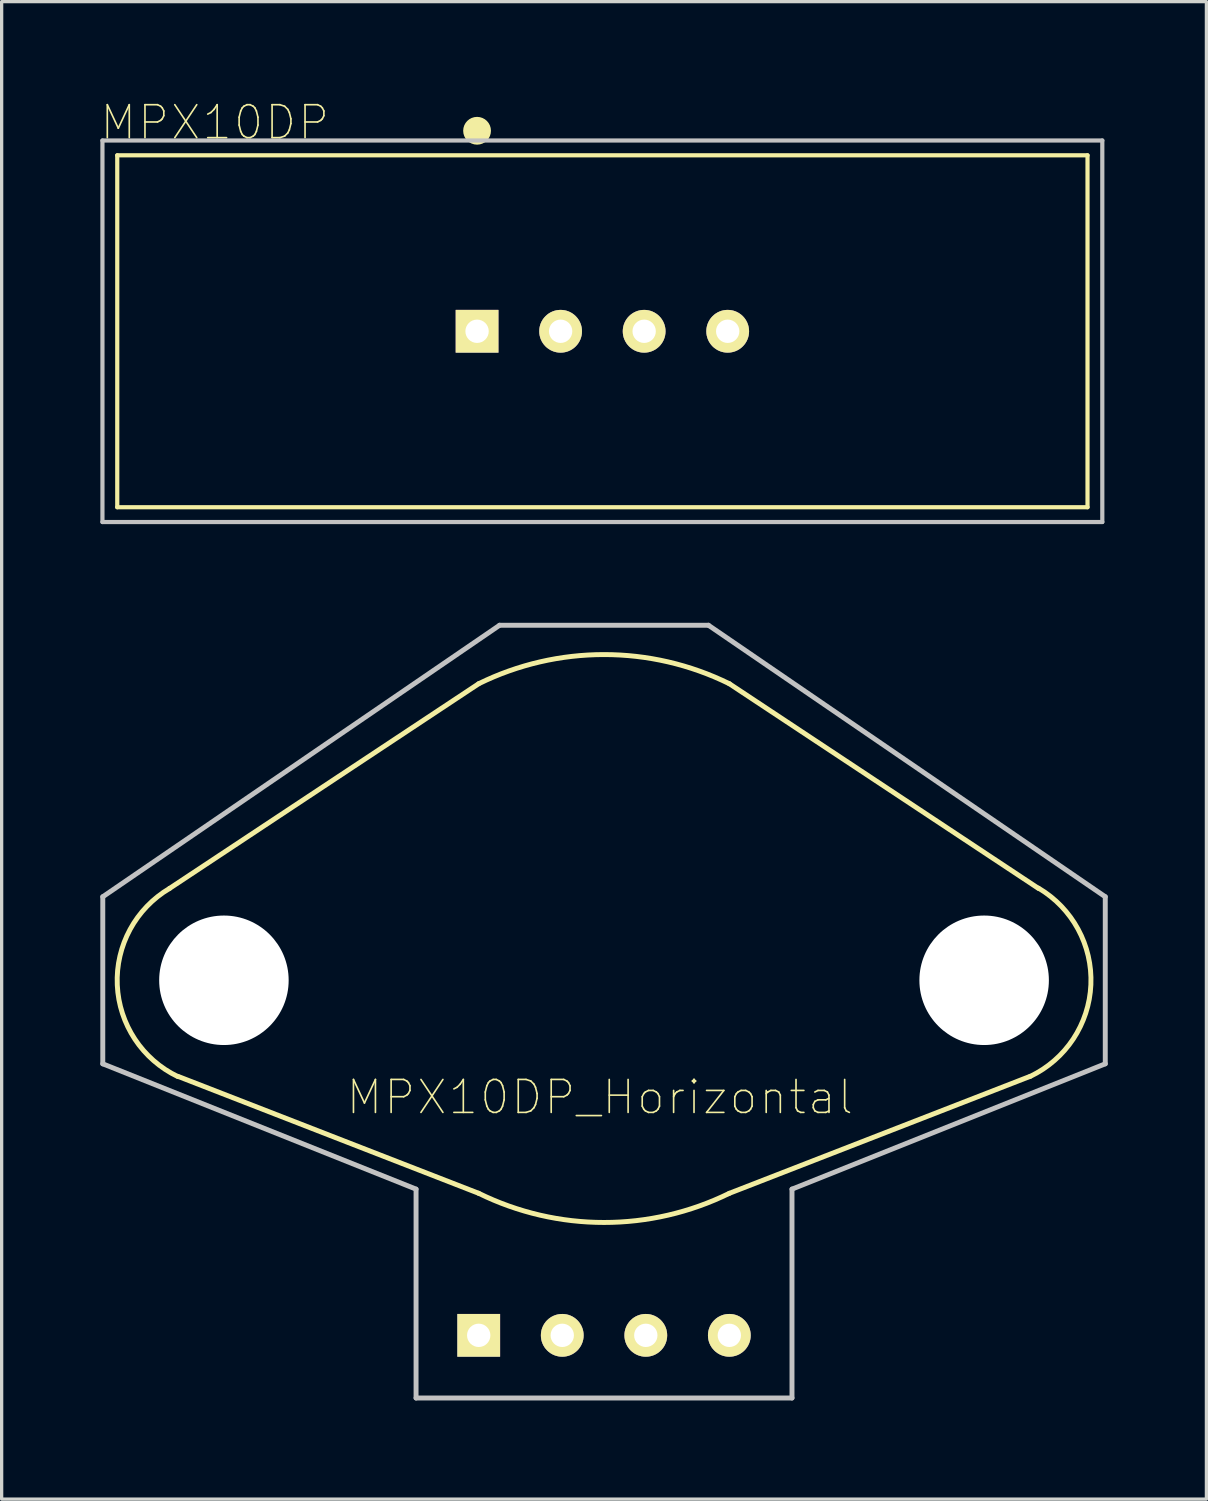
<source format=kicad_pcb>
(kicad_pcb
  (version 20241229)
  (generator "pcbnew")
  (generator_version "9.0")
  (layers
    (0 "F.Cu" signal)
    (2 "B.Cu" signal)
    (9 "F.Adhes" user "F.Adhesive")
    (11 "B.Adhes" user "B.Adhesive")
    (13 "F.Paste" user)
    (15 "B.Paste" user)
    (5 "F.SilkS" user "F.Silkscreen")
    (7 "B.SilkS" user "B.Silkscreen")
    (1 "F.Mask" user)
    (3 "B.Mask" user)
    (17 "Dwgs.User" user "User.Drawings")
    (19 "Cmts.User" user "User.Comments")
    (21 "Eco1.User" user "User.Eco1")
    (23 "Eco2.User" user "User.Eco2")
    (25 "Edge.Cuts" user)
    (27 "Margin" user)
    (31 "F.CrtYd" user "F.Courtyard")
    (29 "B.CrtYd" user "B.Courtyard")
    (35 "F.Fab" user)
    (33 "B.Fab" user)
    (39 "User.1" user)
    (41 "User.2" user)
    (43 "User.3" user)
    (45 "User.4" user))
  (footprint "MPX10DP_Horizontal"
    (layer "F.Cu")
    (at 15.315 37.55)
    (property "Reference" "MPX10DP_Horizontal" (at -0.127 -7.239 0) (layer "F.SilkS") (effects (font (size 1.002 1.002) (thickness 0.05))))
    (attr through_hole)
    (fp_line (start -12.954 -7.874) (end -3.81 -4.318) (stroke (width 0.15) (type solid)) (layer "F.SilkS"))
    (fp_line (start -3.81 -19.812) (end -13.208 -13.589) (stroke (width 0.15) (type solid)) (layer "F.SilkS"))
    (fp_line (start 3.81 -19.812) (end 13.208 -13.589) (stroke (width 0.15) (type solid)) (layer "F.SilkS"))
    (fp_line (start 12.954 -7.874) (end 3.81 -4.318) (stroke (width 0.15) (type solid)) (layer "F.SilkS"))
    (fp_arc (start -12.957219 -7.867268) (mid -14.799227 -10.652895) (end -13.207999 -13.588999) (stroke (width 0.15) (type solid)) (layer "F.SilkS"))
    (fp_arc (start -3.81 -19.812) (mid 0 -20.698198) (end 3.81 -19.812) (stroke (width 0.15) (type solid)) (layer "F.SilkS"))
    (fp_arc (start 3.81 -4.318) (mid 0 -3.431802) (end -3.81 -4.318) (stroke (width 0.15) (type solid)) (layer "F.SilkS"))
    (fp_arc (start 13.211218 -13.595731) (mid 14.802446 -10.659627) (end 12.960438 -7.874) (stroke (width 0.15) (type solid)) (layer "F.SilkS"))
    (fp_line (start -15.24 -13.335) (end -3.175 -21.59) (stroke (width 0.15) (type solid)) (layer "Dwgs.User"))
    (fp_line (start -15.24 -8.255) (end -15.24 -13.335) (stroke (width 0.15) (type solid)) (layer "Dwgs.User"))
    (fp_line (start -5.715 -4.445) (end -15.24 -8.255) (stroke (width 0.15) (type solid)) (layer "Dwgs.User"))
    (fp_line (start -5.715 1.905) (end -5.715 -4.445) (stroke (width 0.15) (type solid)) (layer "Dwgs.User"))
    (fp_line (start -3.175 -21.59) (end 3.175 -21.59) (stroke (width 0.15) (type solid)) (layer "Dwgs.User"))
    (fp_line (start 3.175 -21.59) (end 15.24 -13.335) (stroke (width 0.15) (type solid)) (layer "Dwgs.User"))
    (fp_line (start 5.715 -4.445) (end 5.715 1.905) (stroke (width 0.15) (type solid)) (layer "Dwgs.User"))
    (fp_line (start 5.715 1.905) (end -5.715 1.905) (stroke (width 0.15) (type solid)) (layer "Dwgs.User"))
    (fp_line (start 15.24 -13.335) (end 15.24 -8.255) (stroke (width 0.15) (type solid)) (layer "Dwgs.User"))
    (fp_line (start 15.24 -8.255) (end 5.715 -4.445) (stroke (width 0.15) (type solid)) (layer "Dwgs.User"))
    (pad "" np_thru_hole circle (at -11.557 -10.795) (size 3.937 3.937) (drill 3.937) (layers "*.Cu" "*.Mask"))
    (pad "" np_thru_hole circle (at 11.557 -10.795) (size 3.937 3.937) (drill 3.937) (layers "*.Cu" "*.Mask"))
    (pad "1" thru_hole rect (at -3.81 0) (size 1.3 1.3) (drill 0.71) (layers "*.Cu" "*.Mask" "F.SilkS"))
    (pad "2" thru_hole circle (at -1.27 0) (size 1.3 1.3) (drill 0.71) (layers "*.Cu" "*.Mask" "F.SilkS"))
    (pad "3" thru_hole circle (at 1.27 0) (size 1.3 1.3) (drill 0.71) (layers "*.Cu" "*.Mask" "F.SilkS"))
    (pad "4" thru_hole circle (at 3.81 0) (size 1.3 1.3) (drill 0.71) (layers "*.Cu" "*.Mask" "F.SilkS")))
  (footprint "MPX10DP"
    (layer "F.Cu")
    (at 15.265 7.022)
    (property "Reference" "MPX10DP" (at -11.784 -6.348 0) (layer "F.SilkS") (effects (font (size 1.002 1.002) (thickness 0.05))))
    (attr through_hole)
    (fp_line (start -14.75 -5.35) (end -14.75 5.35) (stroke (width 0.127) (type solid)) (layer "F.SilkS"))
    (fp_line (start -14.75 5.35) (end 14.75 5.35) (stroke (width 0.127) (type solid)) (layer "F.SilkS"))
    (fp_line (start 14.75 -5.35) (end -14.75 -5.35) (stroke (width 0.127) (type solid)) (layer "F.SilkS"))
    (fp_line (start 14.75 5.35) (end 14.75 -5.35) (stroke (width 0.127) (type solid)) (layer "F.SilkS"))
    (fp_circle (center -3.861 -6.121) (end -3.667 -6.121) (stroke (width 0.127) (type solid)) (fill no) (layer "F.SilkS"))
    (fp_circle (center -3.835 -6.121) (end -3.722 -6.121) (stroke (width 0.127) (type solid)) (fill no) (layer "F.SilkS"))
    (fp_circle (center -3.81 -6.147) (end -3.601 -6.147) (stroke (width 0.127) (type solid)) (fill no) (layer "F.SilkS"))
    (fp_circle (center -3.81 -6.096) (end -3.593 -6.096) (stroke (width 0.127) (type solid)) (fill no) (layer "F.SilkS"))
    (fp_circle (center -3.81 -6.096) (end -3.556 -6.096) (stroke (width 0.127) (type solid)) (fill no) (layer "F.SilkS"))
    (fp_circle (center -3.81 -6.096) (end -3.556 -6.096) (stroke (width 0.127) (type solid)) (fill no) (layer "F.SilkS"))
    (fp_circle (center -3.81 -6.096) (end -3.556 -6.096) (stroke (width 0.127) (type solid)) (fill no) (layer "F.SilkS"))
    (fp_circle (center -3.81 -6.096) (end -3.451 -6.096) (stroke (width 0.127) (type solid)) (fill no) (layer "F.SilkS"))
    (fp_circle (center -3.81 -6.02) (end -3.683 -6.02) (stroke (width 0.127) (type solid)) (fill no) (layer "F.SilkS"))
    (fp_circle (center -3.759 -6.045) (end -3.679 -6.045) (stroke (width 0.127) (type solid)) (fill no) (layer "F.SilkS"))
    (fp_line (start -15.2 -5.8) (end -15.2 5.8) (stroke (width 0.127) (type solid)) (layer "Dwgs.User"))
    (fp_line (start -15.2 5.8) (end 15.2 5.8) (stroke (width 0.127) (type solid)) (layer "Dwgs.User"))
    (fp_line (start 15.2 -5.8) (end -15.2 -5.8) (stroke (width 0.127) (type solid)) (layer "Dwgs.User"))
    (fp_line (start 15.2 5.8) (end 15.2 -5.8) (stroke (width 0.127) (type solid)) (layer "Dwgs.User"))
    (pad "1" thru_hole rect (at -3.81 0) (size 1.3 1.3) (drill 0.71) (layers "*.Cu" "*.Mask" "F.SilkS"))
    (pad "2" thru_hole circle (at -1.27 0) (size 1.3 1.3) (drill 0.71) (layers "*.Cu" "*.Mask" "F.SilkS"))
    (pad "3" thru_hole circle (at 1.27 0) (size 1.3 1.3) (drill 0.71) (layers "*.Cu" "*.Mask" "F.SilkS"))
    (pad "4" thru_hole circle (at 3.81 0) (size 1.3 1.3) (drill 0.71) (layers "*.Cu" "*.Mask" "F.SilkS")))
  (gr_rect
    (start -3 -3)
    (end 33.63 42.53)
    (stroke (width 0.1) (type default))
    (fill no)
    (layer "Edge.Cuts")))
</source>
